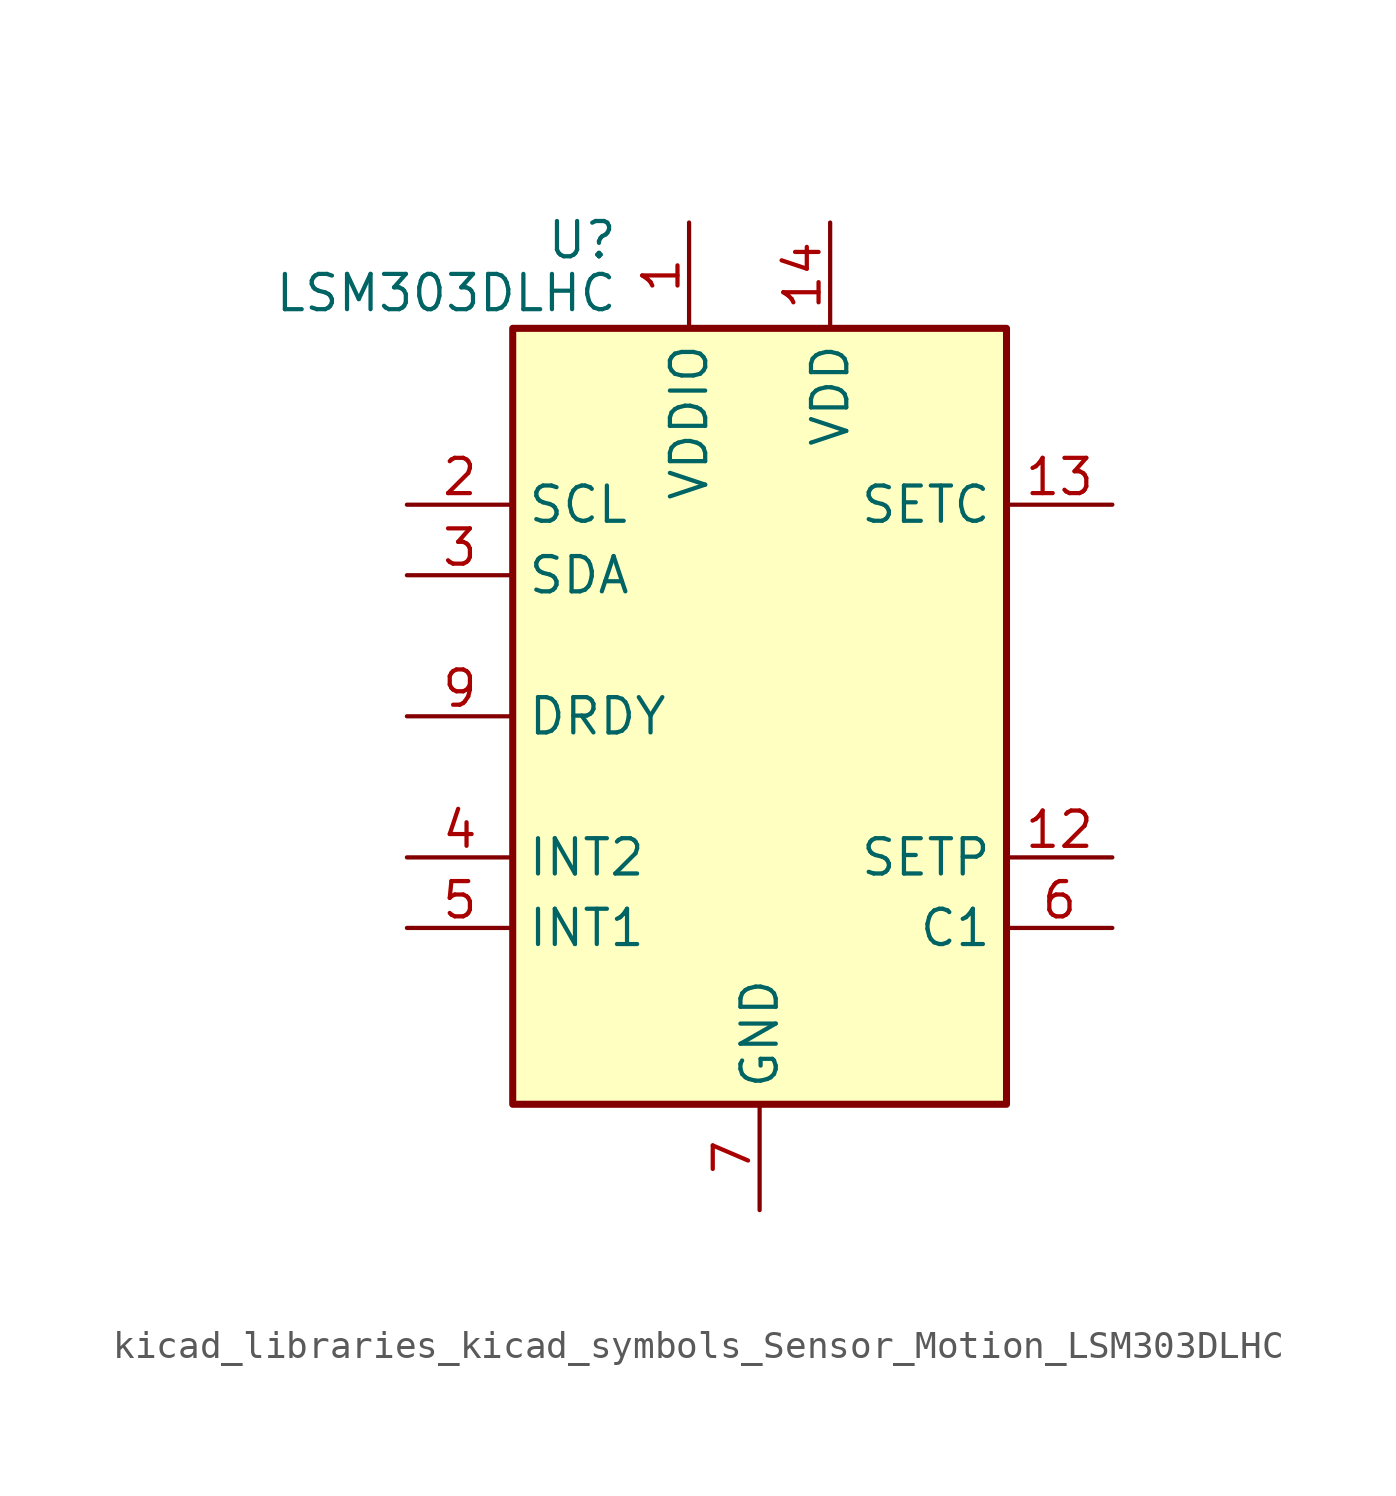
<source format=kicad_sym>
(kicad_symbol_lib
  (version 20220914)
  (generator kicad_symbol_editor)
  (symbol "kicad_libraries_kicad_symbols_Sensor_Motion_LSM303DLHC"
    (property "Reference" "U"
      (at -5.08 17.145 0)
      (effects (font (size 1.27 1.27)) (justify right)))
    (property "Value" "LSM303DLHC"
      (at -5.08 15.24 0)
      (effects (font (size 1.27 1.27)) (justify right)))
    (symbol "kicad_libraries_kicad_symbols_Sensor_Motion_LSM303DLHC_0_1"
      (rectangle (start -8.89 13.97) (end 8.89 -13.97) (stroke (width 0.254) (type default)) (fill (type background))))
    (symbol "kicad_libraries_kicad_symbols_Sensor_Motion_LSM303DLHC_1_1"
      (pin power_in line (at -2.54 17.78 270) (length 3.81) (name "VDDIO" (effects (font (size 1.27 1.27)))) (number "1" (effects (font (size 1.27 1.27)))))
      (pin passive line (at 0 -17.78 90) (length 3.81) hide (name "GND" (effects (font (size 1.27 1.27)))) (number "10" (effects (font (size 1.27 1.27)))))
      (pin passive line (at 0 -17.78 90) (length 3.81) hide (name "GND" (effects (font (size 1.27 1.27)))) (number "11" (effects (font (size 1.27 1.27)))))
      (pin passive line (at 12.7 -5.08 180) (length 3.81) (name "SETP" (effects (font (size 1.27 1.27)))) (number "12" (effects (font (size 1.27 1.27)))))
      (pin passive line (at 12.7 7.62 180) (length 3.81) (name "SETC" (effects (font (size 1.27 1.27)))) (number "13" (effects (font (size 1.27 1.27)))))
      (pin power_in line (at 2.54 17.78 270) (length 3.81) (name "VDD" (effects (font (size 1.27 1.27)))) (number "14" (effects (font (size 1.27 1.27)))))
      (pin input line (at -12.7 7.62 0) (length 3.81) (name "SCL" (effects (font (size 1.27 1.27)))) (number "2" (effects (font (size 1.27 1.27)))))
      (pin bidirectional line (at -12.7 5.08 0) (length 3.81) (name "SDA" (effects (font (size 1.27 1.27)))) (number "3" (effects (font (size 1.27 1.27)))))
      (pin output line (at -12.7 -5.08 0) (length 3.81) (name "INT2" (effects (font (size 1.27 1.27)))) (number "4" (effects (font (size 1.27 1.27)))))
      (pin output line (at -12.7 -7.62 0) (length 3.81) (name "INT1" (effects (font (size 1.27 1.27)))) (number "5" (effects (font (size 1.27 1.27)))))
      (pin passive line (at 12.7 -7.62 180) (length 3.81) (name "C1" (effects (font (size 1.27 1.27)))) (number "6" (effects (font (size 1.27 1.27)))))
      (pin power_in line (at 0 -17.78 90) (length 3.81) (name "GND" (effects (font (size 1.27 1.27)))) (number "7" (effects (font (size 1.27 1.27)))))
      (pin no_connect line (at 7.62 -2.54 180) (length 3.81) hide (name "NC" (effects (font (size 1.27 1.27)))) (number "8" (effects (font (size 1.27 1.27)))))
      (pin output line (at -12.7 0 0) (length 3.81) (name "DRDY" (effects (font (size 1.27 1.27)))) (number "9" (effects (font (size 1.27 1.27))))))))
</source>
